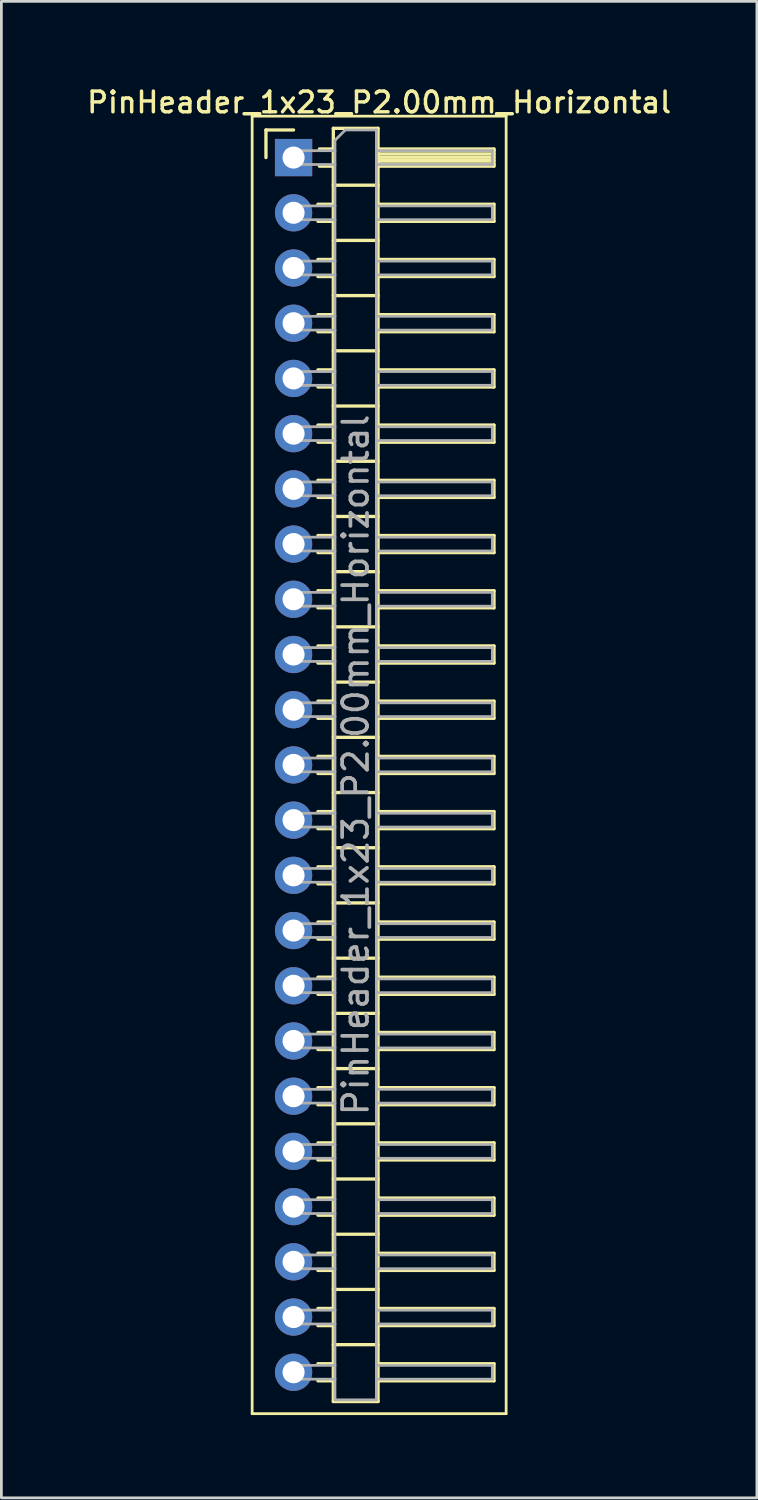
<source format=kicad_pcb>
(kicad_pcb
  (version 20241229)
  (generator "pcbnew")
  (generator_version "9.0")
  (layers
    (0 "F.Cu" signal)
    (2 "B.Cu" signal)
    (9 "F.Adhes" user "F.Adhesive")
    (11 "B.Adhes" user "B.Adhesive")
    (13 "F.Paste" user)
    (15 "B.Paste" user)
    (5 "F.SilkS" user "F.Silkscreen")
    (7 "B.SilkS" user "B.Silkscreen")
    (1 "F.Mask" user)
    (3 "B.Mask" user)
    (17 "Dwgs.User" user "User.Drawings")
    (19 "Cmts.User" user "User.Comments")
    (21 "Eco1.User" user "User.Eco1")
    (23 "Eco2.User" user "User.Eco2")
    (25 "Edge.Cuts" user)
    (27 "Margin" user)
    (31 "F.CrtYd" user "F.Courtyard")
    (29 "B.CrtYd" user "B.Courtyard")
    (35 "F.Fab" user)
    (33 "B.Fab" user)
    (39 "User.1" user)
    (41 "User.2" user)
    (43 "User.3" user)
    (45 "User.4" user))
  (footprint "PinHeader_1x23_P2.00mm_Horizontal"
    (layer "F.Cu")
    (at 7.584 2.658)
    (property "Reference" "PinHeader_1x23_P2.00mm_Horizontal" (at 3.1 -2 0) (layer "F.SilkS") (effects (font (size 0.75 0.75) (thickness 0.125))))
    (attr through_hole)
    (fp_line (start -1.5 -1.5) (end -1.5 45.5) (stroke (width 0.1) (type solid)) (layer "F.SilkS"))
    (fp_line (start -1.5 45.5) (end 7.7 45.5) (stroke (width 0.1) (type solid)) (layer "F.SilkS"))
    (fp_line (start -1 -1) (end 0 -1) (stroke (width 0.12) (type solid)) (layer "F.SilkS"))
    (fp_line (start -1 0) (end -1 -1) (stroke (width 0.12) (type solid)) (layer "F.SilkS"))
    (fp_line (start 0.882 1.69) (end 1.44 1.69) (stroke (width 0.12) (type solid)) (layer "F.SilkS"))
    (fp_line (start 0.882 2.31) (end 1.44 2.31) (stroke (width 0.12) (type solid)) (layer "F.SilkS"))
    (fp_line (start 0.882 3.69) (end 1.44 3.69) (stroke (width 0.12) (type solid)) (layer "F.SilkS"))
    (fp_line (start 0.882 4.31) (end 1.44 4.31) (stroke (width 0.12) (type solid)) (layer "F.SilkS"))
    (fp_line (start 0.882 5.69) (end 1.44 5.69) (stroke (width 0.12) (type solid)) (layer "F.SilkS"))
    (fp_line (start 0.882 6.31) (end 1.44 6.31) (stroke (width 0.12) (type solid)) (layer "F.SilkS"))
    (fp_line (start 0.882 7.69) (end 1.44 7.69) (stroke (width 0.12) (type solid)) (layer "F.SilkS"))
    (fp_line (start 0.882 8.31) (end 1.44 8.31) (stroke (width 0.12) (type solid)) (layer "F.SilkS"))
    (fp_line (start 0.882 9.69) (end 1.44 9.69) (stroke (width 0.12) (type solid)) (layer "F.SilkS"))
    (fp_line (start 0.882 10.31) (end 1.44 10.31) (stroke (width 0.12) (type solid)) (layer "F.SilkS"))
    (fp_line (start 0.882 11.69) (end 1.44 11.69) (stroke (width 0.12) (type solid)) (layer "F.SilkS"))
    (fp_line (start 0.882 12.31) (end 1.44 12.31) (stroke (width 0.12) (type solid)) (layer "F.SilkS"))
    (fp_line (start 0.882 13.69) (end 1.44 13.69) (stroke (width 0.12) (type solid)) (layer "F.SilkS"))
    (fp_line (start 0.882 14.31) (end 1.44 14.31) (stroke (width 0.12) (type solid)) (layer "F.SilkS"))
    (fp_line (start 0.882 15.69) (end 1.44 15.69) (stroke (width 0.12) (type solid)) (layer "F.SilkS"))
    (fp_line (start 0.882 16.31) (end 1.44 16.31) (stroke (width 0.12) (type solid)) (layer "F.SilkS"))
    (fp_line (start 0.882 17.69) (end 1.44 17.69) (stroke (width 0.12) (type solid)) (layer "F.SilkS"))
    (fp_line (start 0.882 18.31) (end 1.44 18.31) (stroke (width 0.12) (type solid)) (layer "F.SilkS"))
    (fp_line (start 0.882 19.69) (end 1.44 19.69) (stroke (width 0.12) (type solid)) (layer "F.SilkS"))
    (fp_line (start 0.882 20.31) (end 1.44 20.31) (stroke (width 0.12) (type solid)) (layer "F.SilkS"))
    (fp_line (start 0.882 21.69) (end 1.44 21.69) (stroke (width 0.12) (type solid)) (layer "F.SilkS"))
    (fp_line (start 0.882 22.31) (end 1.44 22.31) (stroke (width 0.12) (type solid)) (layer "F.SilkS"))
    (fp_line (start 0.882 23.69) (end 1.44 23.69) (stroke (width 0.12) (type solid)) (layer "F.SilkS"))
    (fp_line (start 0.882 24.31) (end 1.44 24.31) (stroke (width 0.12) (type solid)) (layer "F.SilkS"))
    (fp_line (start 0.882 25.69) (end 1.44 25.69) (stroke (width 0.12) (type solid)) (layer "F.SilkS"))
    (fp_line (start 0.882 26.31) (end 1.44 26.31) (stroke (width 0.12) (type solid)) (layer "F.SilkS"))
    (fp_line (start 0.882 27.69) (end 1.44 27.69) (stroke (width 0.12) (type solid)) (layer "F.SilkS"))
    (fp_line (start 0.882 28.31) (end 1.44 28.31) (stroke (width 0.12) (type solid)) (layer "F.SilkS"))
    (fp_line (start 0.882 29.69) (end 1.44 29.69) (stroke (width 0.12) (type solid)) (layer "F.SilkS"))
    (fp_line (start 0.882 30.31) (end 1.44 30.31) (stroke (width 0.12) (type solid)) (layer "F.SilkS"))
    (fp_line (start 0.882 31.69) (end 1.44 31.69) (stroke (width 0.12) (type solid)) (layer "F.SilkS"))
    (fp_line (start 0.882 32.31) (end 1.44 32.31) (stroke (width 0.12) (type solid)) (layer "F.SilkS"))
    (fp_line (start 0.882 33.69) (end 1.44 33.69) (stroke (width 0.12) (type solid)) (layer "F.SilkS"))
    (fp_line (start 0.882 34.31) (end 1.44 34.31) (stroke (width 0.12) (type solid)) (layer "F.SilkS"))
    (fp_line (start 0.882 35.69) (end 1.44 35.69) (stroke (width 0.12) (type solid)) (layer "F.SilkS"))
    (fp_line (start 0.882 36.31) (end 1.44 36.31) (stroke (width 0.12) (type solid)) (layer "F.SilkS"))
    (fp_line (start 0.882 37.69) (end 1.44 37.69) (stroke (width 0.12) (type solid)) (layer "F.SilkS"))
    (fp_line (start 0.882 38.31) (end 1.44 38.31) (stroke (width 0.12) (type solid)) (layer "F.SilkS"))
    (fp_line (start 0.882 39.69) (end 1.44 39.69) (stroke (width 0.12) (type solid)) (layer "F.SilkS"))
    (fp_line (start 0.882 40.31) (end 1.44 40.31) (stroke (width 0.12) (type solid)) (layer "F.SilkS"))
    (fp_line (start 0.882 41.69) (end 1.44 41.69) (stroke (width 0.12) (type solid)) (layer "F.SilkS"))
    (fp_line (start 0.882 42.31) (end 1.44 42.31) (stroke (width 0.12) (type solid)) (layer "F.SilkS"))
    (fp_line (start 0.882 43.69) (end 1.44 43.69) (stroke (width 0.12) (type solid)) (layer "F.SilkS"))
    (fp_line (start 0.882 44.31) (end 1.44 44.31) (stroke (width 0.12) (type solid)) (layer "F.SilkS"))
    (fp_line (start 0.935 -0.31) (end 1.44 -0.31) (stroke (width 0.12) (type solid)) (layer "F.SilkS"))
    (fp_line (start 0.935 0.31) (end 1.44 0.31) (stroke (width 0.12) (type solid)) (layer "F.SilkS"))
    (fp_line (start 1.44 -1.06) (end 1.44 45.06) (stroke (width 0.12) (type solid)) (layer "F.SilkS"))
    (fp_line (start 1.44 1) (end 3.06 1) (stroke (width 0.12) (type solid)) (layer "F.SilkS"))
    (fp_line (start 1.44 3) (end 3.06 3) (stroke (width 0.12) (type solid)) (layer "F.SilkS"))
    (fp_line (start 1.44 5) (end 3.06 5) (stroke (width 0.12) (type solid)) (layer "F.SilkS"))
    (fp_line (start 1.44 7) (end 3.06 7) (stroke (width 0.12) (type solid)) (layer "F.SilkS"))
    (fp_line (start 1.44 9) (end 3.06 9) (stroke (width 0.12) (type solid)) (layer "F.SilkS"))
    (fp_line (start 1.44 11) (end 3.06 11) (stroke (width 0.12) (type solid)) (layer "F.SilkS"))
    (fp_line (start 1.44 13) (end 3.06 13) (stroke (width 0.12) (type solid)) (layer "F.SilkS"))
    (fp_line (start 1.44 15) (end 3.06 15) (stroke (width 0.12) (type solid)) (layer "F.SilkS"))
    (fp_line (start 1.44 17) (end 3.06 17) (stroke (width 0.12) (type solid)) (layer "F.SilkS"))
    (fp_line (start 1.44 19) (end 3.06 19) (stroke (width 0.12) (type solid)) (layer "F.SilkS"))
    (fp_line (start 1.44 21) (end 3.06 21) (stroke (width 0.12) (type solid)) (layer "F.SilkS"))
    (fp_line (start 1.44 23) (end 3.06 23) (stroke (width 0.12) (type solid)) (layer "F.SilkS"))
    (fp_line (start 1.44 25) (end 3.06 25) (stroke (width 0.12) (type solid)) (layer "F.SilkS"))
    (fp_line (start 1.44 27) (end 3.06 27) (stroke (width 0.12) (type solid)) (layer "F.SilkS"))
    (fp_line (start 1.44 29) (end 3.06 29) (stroke (width 0.12) (type solid)) (layer "F.SilkS"))
    (fp_line (start 1.44 31) (end 3.06 31) (stroke (width 0.12) (type solid)) (layer "F.SilkS"))
    (fp_line (start 1.44 33) (end 3.06 33) (stroke (width 0.12) (type solid)) (layer "F.SilkS"))
    (fp_line (start 1.44 35) (end 3.06 35) (stroke (width 0.12) (type solid)) (layer "F.SilkS"))
    (fp_line (start 1.44 37) (end 3.06 37) (stroke (width 0.12) (type solid)) (layer "F.SilkS"))
    (fp_line (start 1.44 39) (end 3.06 39) (stroke (width 0.12) (type solid)) (layer "F.SilkS"))
    (fp_line (start 1.44 41) (end 3.06 41) (stroke (width 0.12) (type solid)) (layer "F.SilkS"))
    (fp_line (start 1.44 43) (end 3.06 43) (stroke (width 0.12) (type solid)) (layer "F.SilkS"))
    (fp_line (start 1.44 45.06) (end 3.06 45.06) (stroke (width 0.12) (type solid)) (layer "F.SilkS"))
    (fp_line (start 3.06 -1.06) (end 1.44 -1.06) (stroke (width 0.12) (type solid)) (layer "F.SilkS"))
    (fp_line (start 3.06 -0.31) (end 7.26 -0.31) (stroke (width 0.12) (type solid)) (layer "F.SilkS"))
    (fp_line (start 3.06 -0.25) (end 7.26 -0.25) (stroke (width 0.12) (type solid)) (layer "F.SilkS"))
    (fp_line (start 3.06 -0.13) (end 7.26 -0.13) (stroke (width 0.12) (type solid)) (layer "F.SilkS"))
    (fp_line (start 3.06 -0.01) (end 7.26 -0.01) (stroke (width 0.12) (type solid)) (layer "F.SilkS"))
    (fp_line (start 3.06 0.11) (end 7.26 0.11) (stroke (width 0.12) (type solid)) (layer "F.SilkS"))
    (fp_line (start 3.06 0.23) (end 7.26 0.23) (stroke (width 0.12) (type solid)) (layer "F.SilkS"))
    (fp_line (start 3.06 1.69) (end 7.26 1.69) (stroke (width 0.12) (type solid)) (layer "F.SilkS"))
    (fp_line (start 3.06 3.69) (end 7.26 3.69) (stroke (width 0.12) (type solid)) (layer "F.SilkS"))
    (fp_line (start 3.06 5.69) (end 7.26 5.69) (stroke (width 0.12) (type solid)) (layer "F.SilkS"))
    (fp_line (start 3.06 7.69) (end 7.26 7.69) (stroke (width 0.12) (type solid)) (layer "F.SilkS"))
    (fp_line (start 3.06 9.69) (end 7.26 9.69) (stroke (width 0.12) (type solid)) (layer "F.SilkS"))
    (fp_line (start 3.06 11.69) (end 7.26 11.69) (stroke (width 0.12) (type solid)) (layer "F.SilkS"))
    (fp_line (start 3.06 13.69) (end 7.26 13.69) (stroke (width 0.12) (type solid)) (layer "F.SilkS"))
    (fp_line (start 3.06 15.69) (end 7.26 15.69) (stroke (width 0.12) (type solid)) (layer "F.SilkS"))
    (fp_line (start 3.06 17.69) (end 7.26 17.69) (stroke (width 0.12) (type solid)) (layer "F.SilkS"))
    (fp_line (start 3.06 19.69) (end 7.26 19.69) (stroke (width 0.12) (type solid)) (layer "F.SilkS"))
    (fp_line (start 3.06 21.69) (end 7.26 21.69) (stroke (width 0.12) (type solid)) (layer "F.SilkS"))
    (fp_line (start 3.06 23.69) (end 7.26 23.69) (stroke (width 0.12) (type solid)) (layer "F.SilkS"))
    (fp_line (start 3.06 25.69) (end 7.26 25.69) (stroke (width 0.12) (type solid)) (layer "F.SilkS"))
    (fp_line (start 3.06 27.69) (end 7.26 27.69) (stroke (width 0.12) (type solid)) (layer "F.SilkS"))
    (fp_line (start 3.06 29.69) (end 7.26 29.69) (stroke (width 0.12) (type solid)) (layer "F.SilkS"))
    (fp_line (start 3.06 31.69) (end 7.26 31.69) (stroke (width 0.12) (type solid)) (layer "F.SilkS"))
    (fp_line (start 3.06 33.69) (end 7.26 33.69) (stroke (width 0.12) (type solid)) (layer "F.SilkS"))
    (fp_line (start 3.06 35.69) (end 7.26 35.69) (stroke (width 0.12) (type solid)) (layer "F.SilkS"))
    (fp_line (start 3.06 37.69) (end 7.26 37.69) (stroke (width 0.12) (type solid)) (layer "F.SilkS"))
    (fp_line (start 3.06 39.69) (end 7.26 39.69) (stroke (width 0.12) (type solid)) (layer "F.SilkS"))
    (fp_line (start 3.06 41.69) (end 7.26 41.69) (stroke (width 0.12) (type solid)) (layer "F.SilkS"))
    (fp_line (start 3.06 43.69) (end 7.26 43.69) (stroke (width 0.12) (type solid)) (layer "F.SilkS"))
    (fp_line (start 3.06 45.06) (end 3.06 -1.06) (stroke (width 0.12) (type solid)) (layer "F.SilkS"))
    (fp_line (start 7.26 -0.31) (end 7.26 0.31) (stroke (width 0.12) (type solid)) (layer "F.SilkS"))
    (fp_line (start 7.26 0.31) (end 3.06 0.31) (stroke (width 0.12) (type solid)) (layer "F.SilkS"))
    (fp_line (start 7.26 1.69) (end 7.26 2.31) (stroke (width 0.12) (type solid)) (layer "F.SilkS"))
    (fp_line (start 7.26 2.31) (end 3.06 2.31) (stroke (width 0.12) (type solid)) (layer "F.SilkS"))
    (fp_line (start 7.26 3.69) (end 7.26 4.31) (stroke (width 0.12) (type solid)) (layer "F.SilkS"))
    (fp_line (start 7.26 4.31) (end 3.06 4.31) (stroke (width 0.12) (type solid)) (layer "F.SilkS"))
    (fp_line (start 7.26 5.69) (end 7.26 6.31) (stroke (width 0.12) (type solid)) (layer "F.SilkS"))
    (fp_line (start 7.26 6.31) (end 3.06 6.31) (stroke (width 0.12) (type solid)) (layer "F.SilkS"))
    (fp_line (start 7.26 7.69) (end 7.26 8.31) (stroke (width 0.12) (type solid)) (layer "F.SilkS"))
    (fp_line (start 7.26 8.31) (end 3.06 8.31) (stroke (width 0.12) (type solid)) (layer "F.SilkS"))
    (fp_line (start 7.26 9.69) (end 7.26 10.31) (stroke (width 0.12) (type solid)) (layer "F.SilkS"))
    (fp_line (start 7.26 10.31) (end 3.06 10.31) (stroke (width 0.12) (type solid)) (layer "F.SilkS"))
    (fp_line (start 7.26 11.69) (end 7.26 12.31) (stroke (width 0.12) (type solid)) (layer "F.SilkS"))
    (fp_line (start 7.26 12.31) (end 3.06 12.31) (stroke (width 0.12) (type solid)) (layer "F.SilkS"))
    (fp_line (start 7.26 13.69) (end 7.26 14.31) (stroke (width 0.12) (type solid)) (layer "F.SilkS"))
    (fp_line (start 7.26 14.31) (end 3.06 14.31) (stroke (width 0.12) (type solid)) (layer "F.SilkS"))
    (fp_line (start 7.26 15.69) (end 7.26 16.31) (stroke (width 0.12) (type solid)) (layer "F.SilkS"))
    (fp_line (start 7.26 16.31) (end 3.06 16.31) (stroke (width 0.12) (type solid)) (layer "F.SilkS"))
    (fp_line (start 7.26 17.69) (end 7.26 18.31) (stroke (width 0.12) (type solid)) (layer "F.SilkS"))
    (fp_line (start 7.26 18.31) (end 3.06 18.31) (stroke (width 0.12) (type solid)) (layer "F.SilkS"))
    (fp_line (start 7.26 19.69) (end 7.26 20.31) (stroke (width 0.12) (type solid)) (layer "F.SilkS"))
    (fp_line (start 7.26 20.31) (end 3.06 20.31) (stroke (width 0.12) (type solid)) (layer "F.SilkS"))
    (fp_line (start 7.26 21.69) (end 7.26 22.31) (stroke (width 0.12) (type solid)) (layer "F.SilkS"))
    (fp_line (start 7.26 22.31) (end 3.06 22.31) (stroke (width 0.12) (type solid)) (layer "F.SilkS"))
    (fp_line (start 7.26 23.69) (end 7.26 24.31) (stroke (width 0.12) (type solid)) (layer "F.SilkS"))
    (fp_line (start 7.26 24.31) (end 3.06 24.31) (stroke (width 0.12) (type solid)) (layer "F.SilkS"))
    (fp_line (start 7.26 25.69) (end 7.26 26.31) (stroke (width 0.12) (type solid)) (layer "F.SilkS"))
    (fp_line (start 7.26 26.31) (end 3.06 26.31) (stroke (width 0.12) (type solid)) (layer "F.SilkS"))
    (fp_line (start 7.26 27.69) (end 7.26 28.31) (stroke (width 0.12) (type solid)) (layer "F.SilkS"))
    (fp_line (start 7.26 28.31) (end 3.06 28.31) (stroke (width 0.12) (type solid)) (layer "F.SilkS"))
    (fp_line (start 7.26 29.69) (end 7.26 30.31) (stroke (width 0.12) (type solid)) (layer "F.SilkS"))
    (fp_line (start 7.26 30.31) (end 3.06 30.31) (stroke (width 0.12) (type solid)) (layer "F.SilkS"))
    (fp_line (start 7.26 31.69) (end 7.26 32.31) (stroke (width 0.12) (type solid)) (layer "F.SilkS"))
    (fp_line (start 7.26 32.31) (end 3.06 32.31) (stroke (width 0.12) (type solid)) (layer "F.SilkS"))
    (fp_line (start 7.26 33.69) (end 7.26 34.31) (stroke (width 0.12) (type solid)) (layer "F.SilkS"))
    (fp_line (start 7.26 34.31) (end 3.06 34.31) (stroke (width 0.12) (type solid)) (layer "F.SilkS"))
    (fp_line (start 7.26 35.69) (end 7.26 36.31) (stroke (width 0.12) (type solid)) (layer "F.SilkS"))
    (fp_line (start 7.26 36.31) (end 3.06 36.31) (stroke (width 0.12) (type solid)) (layer "F.SilkS"))
    (fp_line (start 7.26 37.69) (end 7.26 38.31) (stroke (width 0.12) (type solid)) (layer "F.SilkS"))
    (fp_line (start 7.26 38.31) (end 3.06 38.31) (stroke (width 0.12) (type solid)) (layer "F.SilkS"))
    (fp_line (start 7.26 39.69) (end 7.26 40.31) (stroke (width 0.12) (type solid)) (layer "F.SilkS"))
    (fp_line (start 7.26 40.31) (end 3.06 40.31) (stroke (width 0.12) (type solid)) (layer "F.SilkS"))
    (fp_line (start 7.26 41.69) (end 7.26 42.31) (stroke (width 0.12) (type solid)) (layer "F.SilkS"))
    (fp_line (start 7.26 42.31) (end 3.06 42.31) (stroke (width 0.12) (type solid)) (layer "F.SilkS"))
    (fp_line (start 7.26 43.69) (end 7.26 44.31) (stroke (width 0.12) (type solid)) (layer "F.SilkS"))
    (fp_line (start 7.26 44.31) (end 3.06 44.31) (stroke (width 0.12) (type solid)) (layer "F.SilkS"))
    (fp_line (start 7.7 -1.5) (end -1.5 -1.5) (stroke (width 0.1) (type solid)) (layer "F.SilkS"))
    (fp_line (start 7.7 45.5) (end 7.7 -1.5) (stroke (width 0.1) (type solid)) (layer "F.SilkS"))
    (fp_line (start -0.25 -0.25) (end -0.25 0.25) (stroke (width 0.1) (type solid)) (layer "F.Fab"))
    (fp_line (start -0.25 -0.25) (end 1.5 -0.25) (stroke (width 0.1) (type solid)) (layer "F.Fab"))
    (fp_line (start -0.25 0.25) (end 1.5 0.25) (stroke (width 0.1) (type solid)) (layer "F.Fab"))
    (fp_line (start -0.25 1.75) (end -0.25 2.25) (stroke (width 0.1) (type solid)) (layer "F.Fab"))
    (fp_line (start -0.25 1.75) (end 1.5 1.75) (stroke (width 0.1) (type solid)) (layer "F.Fab"))
    (fp_line (start -0.25 2.25) (end 1.5 2.25) (stroke (width 0.1) (type solid)) (layer "F.Fab"))
    (fp_line (start -0.25 3.75) (end -0.25 4.25) (stroke (width 0.1) (type solid)) (layer "F.Fab"))
    (fp_line (start -0.25 3.75) (end 1.5 3.75) (stroke (width 0.1) (type solid)) (layer "F.Fab"))
    (fp_line (start -0.25 4.25) (end 1.5 4.25) (stroke (width 0.1) (type solid)) (layer "F.Fab"))
    (fp_line (start -0.25 5.75) (end -0.25 6.25) (stroke (width 0.1) (type solid)) (layer "F.Fab"))
    (fp_line (start -0.25 5.75) (end 1.5 5.75) (stroke (width 0.1) (type solid)) (layer "F.Fab"))
    (fp_line (start -0.25 6.25) (end 1.5 6.25) (stroke (width 0.1) (type solid)) (layer "F.Fab"))
    (fp_line (start -0.25 7.75) (end -0.25 8.25) (stroke (width 0.1) (type solid)) (layer "F.Fab"))
    (fp_line (start -0.25 7.75) (end 1.5 7.75) (stroke (width 0.1) (type solid)) (layer "F.Fab"))
    (fp_line (start -0.25 8.25) (end 1.5 8.25) (stroke (width 0.1) (type solid)) (layer "F.Fab"))
    (fp_line (start -0.25 9.75) (end -0.25 10.25) (stroke (width 0.1) (type solid)) (layer "F.Fab"))
    (fp_line (start -0.25 9.75) (end 1.5 9.75) (stroke (width 0.1) (type solid)) (layer "F.Fab"))
    (fp_line (start -0.25 10.25) (end 1.5 10.25) (stroke (width 0.1) (type solid)) (layer "F.Fab"))
    (fp_line (start -0.25 11.75) (end -0.25 12.25) (stroke (width 0.1) (type solid)) (layer "F.Fab"))
    (fp_line (start -0.25 11.75) (end 1.5 11.75) (stroke (width 0.1) (type solid)) (layer "F.Fab"))
    (fp_line (start -0.25 12.25) (end 1.5 12.25) (stroke (width 0.1) (type solid)) (layer "F.Fab"))
    (fp_line (start -0.25 13.75) (end -0.25 14.25) (stroke (width 0.1) (type solid)) (layer "F.Fab"))
    (fp_line (start -0.25 13.75) (end 1.5 13.75) (stroke (width 0.1) (type solid)) (layer "F.Fab"))
    (fp_line (start -0.25 14.25) (end 1.5 14.25) (stroke (width 0.1) (type solid)) (layer "F.Fab"))
    (fp_line (start -0.25 15.75) (end -0.25 16.25) (stroke (width 0.1) (type solid)) (layer "F.Fab"))
    (fp_line (start -0.25 15.75) (end 1.5 15.75) (stroke (width 0.1) (type solid)) (layer "F.Fab"))
    (fp_line (start -0.25 16.25) (end 1.5 16.25) (stroke (width 0.1) (type solid)) (layer "F.Fab"))
    (fp_line (start -0.25 17.75) (end -0.25 18.25) (stroke (width 0.1) (type solid)) (layer "F.Fab"))
    (fp_line (start -0.25 17.75) (end 1.5 17.75) (stroke (width 0.1) (type solid)) (layer "F.Fab"))
    (fp_line (start -0.25 18.25) (end 1.5 18.25) (stroke (width 0.1) (type solid)) (layer "F.Fab"))
    (fp_line (start -0.25 19.75) (end -0.25 20.25) (stroke (width 0.1) (type solid)) (layer "F.Fab"))
    (fp_line (start -0.25 19.75) (end 1.5 19.75) (stroke (width 0.1) (type solid)) (layer "F.Fab"))
    (fp_line (start -0.25 20.25) (end 1.5 20.25) (stroke (width 0.1) (type solid)) (layer "F.Fab"))
    (fp_line (start -0.25 21.75) (end -0.25 22.25) (stroke (width 0.1) (type solid)) (layer "F.Fab"))
    (fp_line (start -0.25 21.75) (end 1.5 21.75) (stroke (width 0.1) (type solid)) (layer "F.Fab"))
    (fp_line (start -0.25 22.25) (end 1.5 22.25) (stroke (width 0.1) (type solid)) (layer "F.Fab"))
    (fp_line (start -0.25 23.75) (end -0.25 24.25) (stroke (width 0.1) (type solid)) (layer "F.Fab"))
    (fp_line (start -0.25 23.75) (end 1.5 23.75) (stroke (width 0.1) (type solid)) (layer "F.Fab"))
    (fp_line (start -0.25 24.25) (end 1.5 24.25) (stroke (width 0.1) (type solid)) (layer "F.Fab"))
    (fp_line (start -0.25 25.75) (end -0.25 26.25) (stroke (width 0.1) (type solid)) (layer "F.Fab"))
    (fp_line (start -0.25 25.75) (end 1.5 25.75) (stroke (width 0.1) (type solid)) (layer "F.Fab"))
    (fp_line (start -0.25 26.25) (end 1.5 26.25) (stroke (width 0.1) (type solid)) (layer "F.Fab"))
    (fp_line (start -0.25 27.75) (end -0.25 28.25) (stroke (width 0.1) (type solid)) (layer "F.Fab"))
    (fp_line (start -0.25 27.75) (end 1.5 27.75) (stroke (width 0.1) (type solid)) (layer "F.Fab"))
    (fp_line (start -0.25 28.25) (end 1.5 28.25) (stroke (width 0.1) (type solid)) (layer "F.Fab"))
    (fp_line (start -0.25 29.75) (end -0.25 30.25) (stroke (width 0.1) (type solid)) (layer "F.Fab"))
    (fp_line (start -0.25 29.75) (end 1.5 29.75) (stroke (width 0.1) (type solid)) (layer "F.Fab"))
    (fp_line (start -0.25 30.25) (end 1.5 30.25) (stroke (width 0.1) (type solid)) (layer "F.Fab"))
    (fp_line (start -0.25 31.75) (end -0.25 32.25) (stroke (width 0.1) (type solid)) (layer "F.Fab"))
    (fp_line (start -0.25 31.75) (end 1.5 31.75) (stroke (width 0.1) (type solid)) (layer "F.Fab"))
    (fp_line (start -0.25 32.25) (end 1.5 32.25) (stroke (width 0.1) (type solid)) (layer "F.Fab"))
    (fp_line (start -0.25 33.75) (end -0.25 34.25) (stroke (width 0.1) (type solid)) (layer "F.Fab"))
    (fp_line (start -0.25 33.75) (end 1.5 33.75) (stroke (width 0.1) (type solid)) (layer "F.Fab"))
    (fp_line (start -0.25 34.25) (end 1.5 34.25) (stroke (width 0.1) (type solid)) (layer "F.Fab"))
    (fp_line (start -0.25 35.75) (end -0.25 36.25) (stroke (width 0.1) (type solid)) (layer "F.Fab"))
    (fp_line (start -0.25 35.75) (end 1.5 35.75) (stroke (width 0.1) (type solid)) (layer "F.Fab"))
    (fp_line (start -0.25 36.25) (end 1.5 36.25) (stroke (width 0.1) (type solid)) (layer "F.Fab"))
    (fp_line (start -0.25 37.75) (end -0.25 38.25) (stroke (width 0.1) (type solid)) (layer "F.Fab"))
    (fp_line (start -0.25 37.75) (end 1.5 37.75) (stroke (width 0.1) (type solid)) (layer "F.Fab"))
    (fp_line (start -0.25 38.25) (end 1.5 38.25) (stroke (width 0.1) (type solid)) (layer "F.Fab"))
    (fp_line (start -0.25 39.75) (end -0.25 40.25) (stroke (width 0.1) (type solid)) (layer "F.Fab"))
    (fp_line (start -0.25 39.75) (end 1.5 39.75) (stroke (width 0.1) (type solid)) (layer "F.Fab"))
    (fp_line (start -0.25 40.25) (end 1.5 40.25) (stroke (width 0.1) (type solid)) (layer "F.Fab"))
    (fp_line (start -0.25 41.75) (end -0.25 42.25) (stroke (width 0.1) (type solid)) (layer "F.Fab"))
    (fp_line (start -0.25 41.75) (end 1.5 41.75) (stroke (width 0.1) (type solid)) (layer "F.Fab"))
    (fp_line (start -0.25 42.25) (end 1.5 42.25) (stroke (width 0.1) (type solid)) (layer "F.Fab"))
    (fp_line (start -0.25 43.75) (end -0.25 44.25) (stroke (width 0.1) (type solid)) (layer "F.Fab"))
    (fp_line (start -0.25 43.75) (end 1.5 43.75) (stroke (width 0.1) (type solid)) (layer "F.Fab"))
    (fp_line (start -0.25 44.25) (end 1.5 44.25) (stroke (width 0.1) (type solid)) (layer "F.Fab"))
    (fp_line (start 1.5 -0.625) (end 1.875 -1) (stroke (width 0.1) (type solid)) (layer "F.Fab"))
    (fp_line (start 1.5 45) (end 1.5 -0.625) (stroke (width 0.1) (type solid)) (layer "F.Fab"))
    (fp_line (start 1.875 -1) (end 3 -1) (stroke (width 0.1) (type solid)) (layer "F.Fab"))
    (fp_line (start 3 -1) (end 3 45) (stroke (width 0.1) (type solid)) (layer "F.Fab"))
    (fp_line (start 3 -0.25) (end 7.2 -0.25) (stroke (width 0.1) (type solid)) (layer "F.Fab"))
    (fp_line (start 3 0.25) (end 7.2 0.25) (stroke (width 0.1) (type solid)) (layer "F.Fab"))
    (fp_line (start 3 1.75) (end 7.2 1.75) (stroke (width 0.1) (type solid)) (layer "F.Fab"))
    (fp_line (start 3 2.25) (end 7.2 2.25) (stroke (width 0.1) (type solid)) (layer "F.Fab"))
    (fp_line (start 3 3.75) (end 7.2 3.75) (stroke (width 0.1) (type solid)) (layer "F.Fab"))
    (fp_line (start 3 4.25) (end 7.2 4.25) (stroke (width 0.1) (type solid)) (layer "F.Fab"))
    (fp_line (start 3 5.75) (end 7.2 5.75) (stroke (width 0.1) (type solid)) (layer "F.Fab"))
    (fp_line (start 3 6.25) (end 7.2 6.25) (stroke (width 0.1) (type solid)) (layer "F.Fab"))
    (fp_line (start 3 7.75) (end 7.2 7.75) (stroke (width 0.1) (type solid)) (layer "F.Fab"))
    (fp_line (start 3 8.25) (end 7.2 8.25) (stroke (width 0.1) (type solid)) (layer "F.Fab"))
    (fp_line (start 3 9.75) (end 7.2 9.75) (stroke (width 0.1) (type solid)) (layer "F.Fab"))
    (fp_line (start 3 10.25) (end 7.2 10.25) (stroke (width 0.1) (type solid)) (layer "F.Fab"))
    (fp_line (start 3 11.75) (end 7.2 11.75) (stroke (width 0.1) (type solid)) (layer "F.Fab"))
    (fp_line (start 3 12.25) (end 7.2 12.25) (stroke (width 0.1) (type solid)) (layer "F.Fab"))
    (fp_line (start 3 13.75) (end 7.2 13.75) (stroke (width 0.1) (type solid)) (layer "F.Fab"))
    (fp_line (start 3 14.25) (end 7.2 14.25) (stroke (width 0.1) (type solid)) (layer "F.Fab"))
    (fp_line (start 3 15.75) (end 7.2 15.75) (stroke (width 0.1) (type solid)) (layer "F.Fab"))
    (fp_line (start 3 16.25) (end 7.2 16.25) (stroke (width 0.1) (type solid)) (layer "F.Fab"))
    (fp_line (start 3 17.75) (end 7.2 17.75) (stroke (width 0.1) (type solid)) (layer "F.Fab"))
    (fp_line (start 3 18.25) (end 7.2 18.25) (stroke (width 0.1) (type solid)) (layer "F.Fab"))
    (fp_line (start 3 19.75) (end 7.2 19.75) (stroke (width 0.1) (type solid)) (layer "F.Fab"))
    (fp_line (start 3 20.25) (end 7.2 20.25) (stroke (width 0.1) (type solid)) (layer "F.Fab"))
    (fp_line (start 3 21.75) (end 7.2 21.75) (stroke (width 0.1) (type solid)) (layer "F.Fab"))
    (fp_line (start 3 22.25) (end 7.2 22.25) (stroke (width 0.1) (type solid)) (layer "F.Fab"))
    (fp_line (start 3 23.75) (end 7.2 23.75) (stroke (width 0.1) (type solid)) (layer "F.Fab"))
    (fp_line (start 3 24.25) (end 7.2 24.25) (stroke (width 0.1) (type solid)) (layer "F.Fab"))
    (fp_line (start 3 25.75) (end 7.2 25.75) (stroke (width 0.1) (type solid)) (layer "F.Fab"))
    (fp_line (start 3 26.25) (end 7.2 26.25) (stroke (width 0.1) (type solid)) (layer "F.Fab"))
    (fp_line (start 3 27.75) (end 7.2 27.75) (stroke (width 0.1) (type solid)) (layer "F.Fab"))
    (fp_line (start 3 28.25) (end 7.2 28.25) (stroke (width 0.1) (type solid)) (layer "F.Fab"))
    (fp_line (start 3 29.75) (end 7.2 29.75) (stroke (width 0.1) (type solid)) (layer "F.Fab"))
    (fp_line (start 3 30.25) (end 7.2 30.25) (stroke (width 0.1) (type solid)) (layer "F.Fab"))
    (fp_line (start 3 31.75) (end 7.2 31.75) (stroke (width 0.1) (type solid)) (layer "F.Fab"))
    (fp_line (start 3 32.25) (end 7.2 32.25) (stroke (width 0.1) (type solid)) (layer "F.Fab"))
    (fp_line (start 3 33.75) (end 7.2 33.75) (stroke (width 0.1) (type solid)) (layer "F.Fab"))
    (fp_line (start 3 34.25) (end 7.2 34.25) (stroke (width 0.1) (type solid)) (layer "F.Fab"))
    (fp_line (start 3 35.75) (end 7.2 35.75) (stroke (width 0.1) (type solid)) (layer "F.Fab"))
    (fp_line (start 3 36.25) (end 7.2 36.25) (stroke (width 0.1) (type solid)) (layer "F.Fab"))
    (fp_line (start 3 37.75) (end 7.2 37.75) (stroke (width 0.1) (type solid)) (layer "F.Fab"))
    (fp_line (start 3 38.25) (end 7.2 38.25) (stroke (width 0.1) (type solid)) (layer "F.Fab"))
    (fp_line (start 3 39.75) (end 7.2 39.75) (stroke (width 0.1) (type solid)) (layer "F.Fab"))
    (fp_line (start 3 40.25) (end 7.2 40.25) (stroke (width 0.1) (type solid)) (layer "F.Fab"))
    (fp_line (start 3 41.75) (end 7.2 41.75) (stroke (width 0.1) (type solid)) (layer "F.Fab"))
    (fp_line (start 3 42.25) (end 7.2 42.25) (stroke (width 0.1) (type solid)) (layer "F.Fab"))
    (fp_line (start 3 43.75) (end 7.2 43.75) (stroke (width 0.1) (type solid)) (layer "F.Fab"))
    (fp_line (start 3 44.25) (end 7.2 44.25) (stroke (width 0.1) (type solid)) (layer "F.Fab"))
    (fp_line (start 3 45) (end 1.5 45) (stroke (width 0.1) (type solid)) (layer "F.Fab"))
    (fp_line (start 7.2 -0.25) (end 7.2 0.25) (stroke (width 0.1) (type solid)) (layer "F.Fab"))
    (fp_line (start 7.2 1.75) (end 7.2 2.25) (stroke (width 0.1) (type solid)) (layer "F.Fab"))
    (fp_line (start 7.2 3.75) (end 7.2 4.25) (stroke (width 0.1) (type solid)) (layer "F.Fab"))
    (fp_line (start 7.2 5.75) (end 7.2 6.25) (stroke (width 0.1) (type solid)) (layer "F.Fab"))
    (fp_line (start 7.2 7.75) (end 7.2 8.25) (stroke (width 0.1) (type solid)) (layer "F.Fab"))
    (fp_line (start 7.2 9.75) (end 7.2 10.25) (stroke (width 0.1) (type solid)) (layer "F.Fab"))
    (fp_line (start 7.2 11.75) (end 7.2 12.25) (stroke (width 0.1) (type solid)) (layer "F.Fab"))
    (fp_line (start 7.2 13.75) (end 7.2 14.25) (stroke (width 0.1) (type solid)) (layer "F.Fab"))
    (fp_line (start 7.2 15.75) (end 7.2 16.25) (stroke (width 0.1) (type solid)) (layer "F.Fab"))
    (fp_line (start 7.2 17.75) (end 7.2 18.25) (stroke (width 0.1) (type solid)) (layer "F.Fab"))
    (fp_line (start 7.2 19.75) (end 7.2 20.25) (stroke (width 0.1) (type solid)) (layer "F.Fab"))
    (fp_line (start 7.2 21.75) (end 7.2 22.25) (stroke (width 0.1) (type solid)) (layer "F.Fab"))
    (fp_line (start 7.2 23.75) (end 7.2 24.25) (stroke (width 0.1) (type solid)) (layer "F.Fab"))
    (fp_line (start 7.2 25.75) (end 7.2 26.25) (stroke (width 0.1) (type solid)) (layer "F.Fab"))
    (fp_line (start 7.2 27.75) (end 7.2 28.25) (stroke (width 0.1) (type solid)) (layer "F.Fab"))
    (fp_line (start 7.2 29.75) (end 7.2 30.25) (stroke (width 0.1) (type solid)) (layer "F.Fab"))
    (fp_line (start 7.2 31.75) (end 7.2 32.25) (stroke (width 0.1) (type solid)) (layer "F.Fab"))
    (fp_line (start 7.2 33.75) (end 7.2 34.25) (stroke (width 0.1) (type solid)) (layer "F.Fab"))
    (fp_line (start 7.2 35.75) (end 7.2 36.25) (stroke (width 0.1) (type solid)) (layer "F.Fab"))
    (fp_line (start 7.2 37.75) (end 7.2 38.25) (stroke (width 0.1) (type solid)) (layer "F.Fab"))
    (fp_line (start 7.2 39.75) (end 7.2 40.25) (stroke (width 0.1) (type solid)) (layer "F.Fab"))
    (fp_line (start 7.2 41.75) (end 7.2 42.25) (stroke (width 0.1) (type solid)) (layer "F.Fab"))
    (fp_line (start 7.2 43.75) (end 7.2 44.25) (stroke (width 0.1) (type solid)) (layer "F.Fab"))
    (fp_text user "${REFERENCE}" (at 2.25 22 90) (layer "F.Fab") (effects (font (size 0.9 0.9) (thickness 0.135))))
    (pad "1" thru_hole rect (at 0 0) (size 1.35 1.35) (drill 0.8) (layers "*.Cu" "*.Mask"))
    (pad "2" thru_hole oval (at 0 2) (size 1.35 1.35) (drill 0.8) (layers "*.Cu" "*.Mask"))
    (pad "3" thru_hole oval (at 0 4) (size 1.35 1.35) (drill 0.8) (layers "*.Cu" "*.Mask"))
    (pad "4" thru_hole oval (at 0 6) (size 1.35 1.35) (drill 0.8) (layers "*.Cu" "*.Mask"))
    (pad "5" thru_hole oval (at 0 8) (size 1.35 1.35) (drill 0.8) (layers "*.Cu" "*.Mask"))
    (pad "6" thru_hole oval (at 0 10) (size 1.35 1.35) (drill 0.8) (layers "*.Cu" "*.Mask"))
    (pad "7" thru_hole oval (at 0 12) (size 1.35 1.35) (drill 0.8) (layers "*.Cu" "*.Mask"))
    (pad "8" thru_hole oval (at 0 14) (size 1.35 1.35) (drill 0.8) (layers "*.Cu" "*.Mask"))
    (pad "9" thru_hole oval (at 0 16) (size 1.35 1.35) (drill 0.8) (layers "*.Cu" "*.Mask"))
    (pad "10" thru_hole oval (at 0 18) (size 1.35 1.35) (drill 0.8) (layers "*.Cu" "*.Mask"))
    (pad "11" thru_hole oval (at 0 20) (size 1.35 1.35) (drill 0.8) (layers "*.Cu" "*.Mask"))
    (pad "12" thru_hole oval (at 0 22) (size 1.35 1.35) (drill 0.8) (layers "*.Cu" "*.Mask"))
    (pad "13" thru_hole oval (at 0 24) (size 1.35 1.35) (drill 0.8) (layers "*.Cu" "*.Mask"))
    (pad "14" thru_hole oval (at 0 26) (size 1.35 1.35) (drill 0.8) (layers "*.Cu" "*.Mask"))
    (pad "15" thru_hole oval (at 0 28) (size 1.35 1.35) (drill 0.8) (layers "*.Cu" "*.Mask"))
    (pad "16" thru_hole oval (at 0 30) (size 1.35 1.35) (drill 0.8) (layers "*.Cu" "*.Mask"))
    (pad "17" thru_hole oval (at 0 32) (size 1.35 1.35) (drill 0.8) (layers "*.Cu" "*.Mask"))
    (pad "18" thru_hole oval (at 0 34) (size 1.35 1.35) (drill 0.8) (layers "*.Cu" "*.Mask"))
    (pad "19" thru_hole oval (at 0 36) (size 1.35 1.35) (drill 0.8) (layers "*.Cu" "*.Mask"))
    (pad "20" thru_hole oval (at 0 38) (size 1.35 1.35) (drill 0.8) (layers "*.Cu" "*.Mask"))
    (pad "21" thru_hole oval (at 0 40) (size 1.35 1.35) (drill 0.8) (layers "*.Cu" "*.Mask"))
    (pad "22" thru_hole oval (at 0 42) (size 1.35 1.35) (drill 0.8) (layers "*.Cu" "*.Mask"))
    (pad "23" thru_hole oval (at 0 44) (size 1.35 1.35) (drill 0.8) (layers "*.Cu" "*.Mask")))
  (gr_rect
    (start -3 -3)
    (end 24.368 51.208)
    (stroke (width 0.1) (type default))
    (fill no)
    (layer "Edge.Cuts")))
</source>
